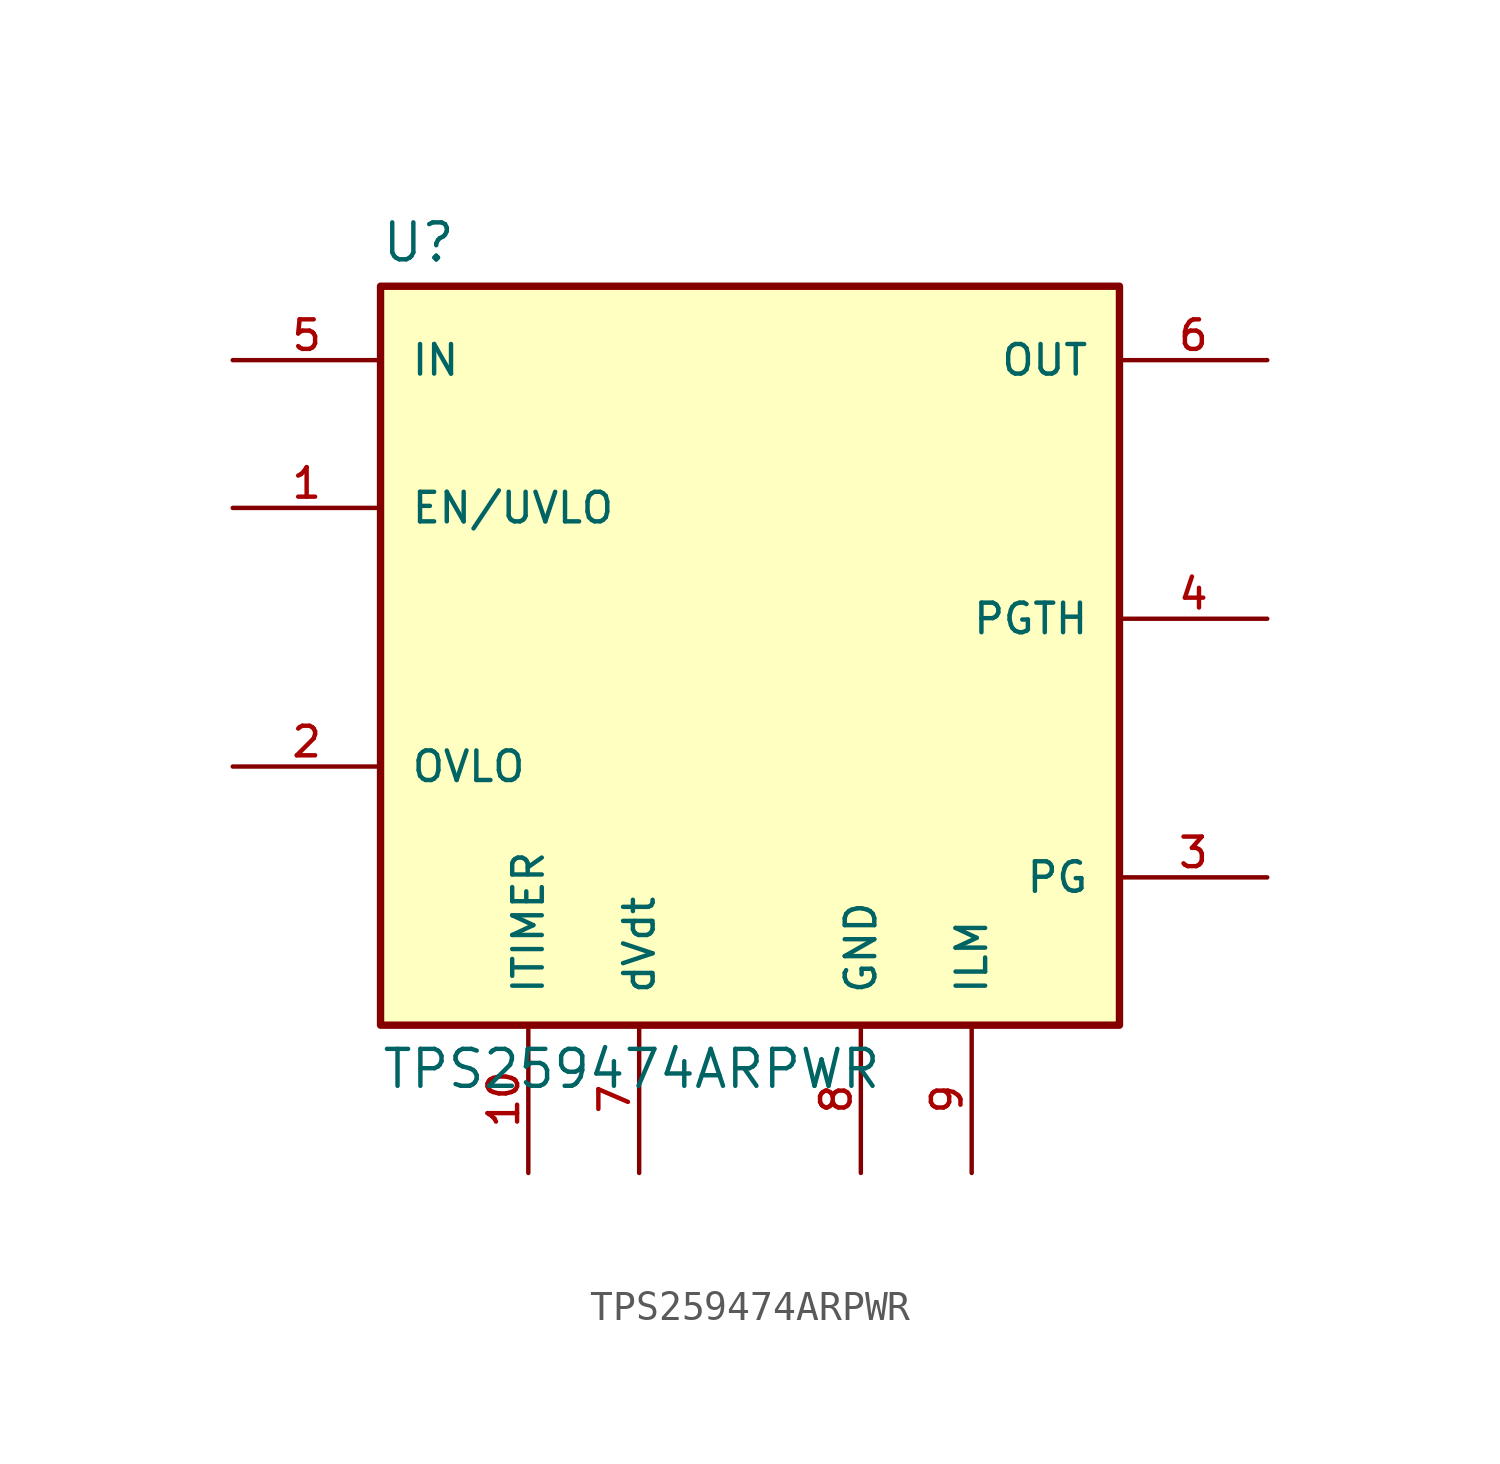
<source format=kicad_sym>
(kicad_symbol_lib
  (version 20230620)
  (generator kicad_symbol_editor)
  (symbol "TPS259474ARPWR"
    (pin_names
      (offset 1.016))
    (property "Reference" "U"
      (at -12.7 13.462 0)
      (effects (font (size 1.27 1.27)) (justify left bottom)))
    (property "Value" "TPS259474ARPWR"
      (at -12.7 -13.462 0)
      (effects (font (size 1.27 1.27)) (justify left top)))
    (symbol "TPS259474ARPWR_0_0"
      (rectangle (start -12.7 -12.7) (end 12.7 12.7) (stroke (width 0.254) (type default)) (fill (type background)))
      (pin input line (at -17.78 5.08 0) (length 5.08) (name "EN/UVLO" (effects (font (size 1.016 1.016)))) (number "1" (effects (font (size 1.016 1.016)))))
      (pin output line (at -7.62 -17.78 90) (length 5.08) (name "ITIMER" (effects (font (size 1.016 1.016)))) (number "10" (effects (font (size 1.016 1.016)))))
      (pin input line (at -17.78 -3.81 0) (length 5.08) (name "OVLO" (effects (font (size 1.016 1.016)))) (number "2" (effects (font (size 1.016 1.016)))))
      (pin output line (at 17.78 -7.62 180) (length 5.08) (name "PG" (effects (font (size 1.016 1.016)))) (number "3" (effects (font (size 1.016 1.016)))))
      (pin input line (at 17.78 1.27 180) (length 5.08) (name "PGTH" (effects (font (size 1.016 1.016)))) (number "4" (effects (font (size 1.016 1.016)))))
      (pin input line (at -17.78 10.16 0) (length 5.08) (name "IN" (effects (font (size 1.016 1.016)))) (number "5" (effects (font (size 1.016 1.016)))))
      (pin output line (at 17.78 10.16 180) (length 5.08) (name "OUT" (effects (font (size 1.016 1.016)))) (number "6" (effects (font (size 1.016 1.016)))))
      (pin power_in line (at 3.81 -17.78 90) (length 5.08) (name "GND" (effects (font (size 1.016 1.016)))) (number "8" (effects (font (size 1.016 1.016)))))
      (pin output line (at 7.62 -17.78 90) (length 5.08) (name "ILM" (effects (font (size 1.016 1.016)))) (number "9" (effects (font (size 1.016 1.016))))))
    (symbol "TPS259474ARPWR_1_0"
      (pin output line (at -3.81 -17.78 90) (length 5.08) (name "dVdt" (effects (font (size 1.016 1.016)))) (number "7" (effects (font (size 1.016 1.016))))))))
</source>
